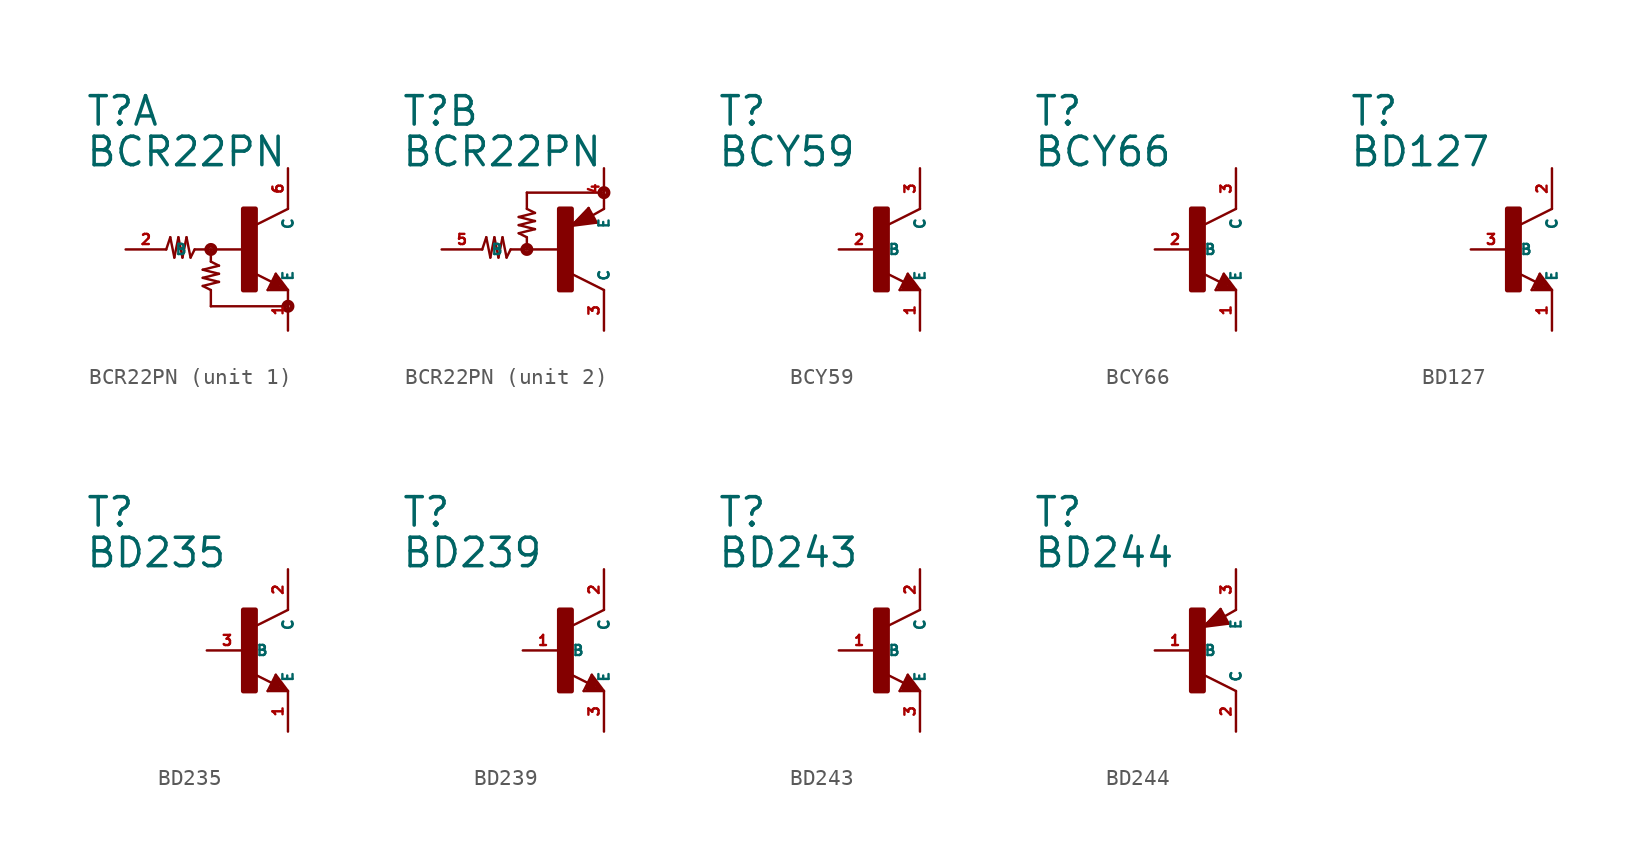
<source format=kicad_sym>
(kicad_symbol_lib
  (version 20220914)
  (generator Eagle2Kicad)
  (symbol "BCR22PN"
    (property "Reference" "T"
      (at -10.16 7.62 0)
      (effects (font (size 1.778 1.778) (thickness 0.22)) (justify left bottom)))
    (property "Value" "BCR22PN"
      (at -10.16 5.08 0)
      (effects (font (size 1.778 1.778) (thickness 0.22)) (justify left bottom)))
    (symbol "BCR22PN_1_0"
      (polyline (pts (xy 2.54 2.54) (xy 0.508 1.524)) (stroke (width 0.152) (type default)) (fill (type none)))
      (polyline (pts (xy 1.778 -1.524) (xy 2.54 -2.54)) (stroke (width 0.152) (type default)) (fill (type none)))
      (polyline (pts (xy 2.54 -2.54) (xy 1.27 -2.54)) (stroke (width 0.152) (type default)) (fill (type none)))
      (polyline (pts (xy 1.27 -2.54) (xy 1.778 -1.524)) (stroke (width 0.152) (type default)) (fill (type none)))
      (polyline (pts (xy 1.54 -2.04) (xy 0.308 -1.424)) (stroke (width 0.152) (type default)) (fill (type none)))
      (polyline (pts (xy 1.524 -2.413) (xy 2.286 -2.413)) (stroke (width 0.254) (type default)) (fill (type none)))
      (polyline (pts (xy 2.286 -2.413) (xy 1.778 -1.778)) (stroke (width 0.254) (type default)) (fill (type none)))
      (polyline (pts (xy 1.778 -1.778) (xy 1.524 -2.286)) (stroke (width 0.254) (type default)) (fill (type none)))
      (polyline (pts (xy 1.524 -2.286) (xy 1.905 -2.286)) (stroke (width 0.254) (type default)) (fill (type none)))
      (polyline (pts (xy 1.905 -2.286) (xy 1.778 -2.032)) (stroke (width 0.254) (type default)) (fill (type none)))
      (polyline (pts (xy -5.08 0) (xy -4.826 0.762)) (stroke (width 0.152) (type default)) (fill (type none)))
      (polyline (pts (xy -4.826 0.762) (xy -4.572 -0.508)) (stroke (width 0.152) (type default)) (fill (type none)))
      (polyline (pts (xy -4.572 -0.508) (xy -4.318 0.762)) (stroke (width 0.152) (type default)) (fill (type none)))
      (polyline (pts (xy -4.318 0.762) (xy -4.064 -0.508)) (stroke (width 0.152) (type default)) (fill (type none)))
      (polyline (pts (xy -4.064 -0.508) (xy -3.81 0.762)) (stroke (width 0.152) (type default)) (fill (type none)))
      (polyline (pts (xy -3.81 0.762) (xy -3.556 -0.508)) (stroke (width 0.152) (type default)) (fill (type none)))
      (polyline (pts (xy -3.556 -0.508) (xy -3.302 0)) (stroke (width 0.152) (type default)) (fill (type none)))
      (polyline (pts (xy -3.302 0) (xy -2.286 0)) (stroke (width 0.152) (type default)) (fill (type none)))
      (polyline (pts (xy -2.286 0) (xy -0.254 0)) (stroke (width 0.152) (type default)) (fill (type none)))
      (polyline (pts (xy -2.286 0) (xy -2.286 -0.762)) (stroke (width 0.152) (type default)) (fill (type none)))
      (polyline (pts (xy -2.286 -0.762) (xy -1.778 -1.016)) (stroke (width 0.152) (type default)) (fill (type none)))
      (polyline (pts (xy -1.778 -1.016) (xy -2.794 -1.27)) (stroke (width 0.152) (type default)) (fill (type none)))
      (polyline (pts (xy -2.794 -1.27) (xy -1.778 -1.524)) (stroke (width 0.152) (type default)) (fill (type none)))
      (polyline (pts (xy -1.778 -1.524) (xy -2.794 -1.778)) (stroke (width 0.152) (type default)) (fill (type none)))
      (polyline (pts (xy -2.794 -1.778) (xy -1.778 -2.032)) (stroke (width 0.152) (type default)) (fill (type none)))
      (polyline (pts (xy -1.778 -2.032) (xy -2.794 -2.286)) (stroke (width 0.152) (type default)) (fill (type none)))
      (polyline (pts (xy -2.794 -2.286) (xy -2.286 -2.54)) (stroke (width 0.152) (type default)) (fill (type none)))
      (polyline (pts (xy -2.286 -2.54) (xy -2.286 -3.556)) (stroke (width 0.152) (type default)) (fill (type none)))
      (polyline (pts (xy -2.286 -3.556) (xy 2.54 -3.556)) (stroke (width 0.152) (type default)) (fill (type none)))
      (circle (center -2.286 0) (radius 0.254) (stroke (width 0.305) (type default)) (fill (type none)))
      (circle (center 2.54 -3.556) (radius 0.254) (stroke (width 0.305) (type default)) (fill (type none)))
      (rectangle (start -0.254 -2.54) (end 0.508 2.54) (stroke (width 0.3) (type default)) (fill (type outline)))
      (pin passive line (at -7.62 0 0) (length 2.54) (name "B" (effects (font (size 0.635 0.635) (thickness 0.08)) (justify left bottom))) (number "2" (effects (font (size 0.635 0.635) (thickness 0.08)) (justify left bottom))))
      (pin passive line (at 2.54 -5.08 90) (length 2.54) (name "E" (effects (font (size 0.635 0.635) (thickness 0.08)) (justify left bottom))) (number "1" (effects (font (size 0.635 0.635) (thickness 0.08)) (justify left bottom))))
      (pin passive line (at 2.54 5.08 270) (length 2.54) (name "C" (effects (font (size 0.635 0.635) (thickness 0.08)) (justify left bottom))) (number "6" (effects (font (size 0.635 0.635) (thickness 0.08)) (justify left bottom)))))
    (symbol "BCR22PN_2_0"
      (polyline (pts (xy -5.08 0) (xy -4.826 0.762)) (stroke (width 0.152) (type default)) (fill (type none)))
      (polyline (pts (xy -4.826 0.762) (xy -4.572 -0.508)) (stroke (width 0.152) (type default)) (fill (type none)))
      (polyline (pts (xy -4.572 -0.508) (xy -4.318 0.762)) (stroke (width 0.152) (type default)) (fill (type none)))
      (polyline (pts (xy -4.318 0.762) (xy -4.064 -0.508)) (stroke (width 0.152) (type default)) (fill (type none)))
      (polyline (pts (xy -4.064 -0.508) (xy -3.81 0.762)) (stroke (width 0.152) (type default)) (fill (type none)))
      (polyline (pts (xy -3.81 0.762) (xy -3.556 -0.508)) (stroke (width 0.152) (type default)) (fill (type none)))
      (polyline (pts (xy -3.556 -0.508) (xy -3.302 0)) (stroke (width 0.152) (type default)) (fill (type none)))
      (polyline (pts (xy -3.302 0) (xy -2.286 0)) (stroke (width 0.152) (type default)) (fill (type none)))
      (polyline (pts (xy -2.286 0) (xy -0.254 0)) (stroke (width 0.152) (type default)) (fill (type none)))
      (polyline (pts (xy -2.286 0) (xy -2.286 0.762)) (stroke (width 0.152) (type default)) (fill (type none)))
      (polyline (pts (xy -2.286 0.762) (xy -2.794 1.016)) (stroke (width 0.152) (type default)) (fill (type none)))
      (polyline (pts (xy -2.794 1.016) (xy -1.778 1.27)) (stroke (width 0.152) (type default)) (fill (type none)))
      (polyline (pts (xy -1.778 1.27) (xy -2.794 1.524)) (stroke (width 0.152) (type default)) (fill (type none)))
      (polyline (pts (xy -2.794 1.524) (xy -1.778 1.778)) (stroke (width 0.152) (type default)) (fill (type none)))
      (polyline (pts (xy -1.778 1.778) (xy -2.794 2.032)) (stroke (width 0.152) (type default)) (fill (type none)))
      (polyline (pts (xy -2.794 2.032) (xy -1.778 2.286)) (stroke (width 0.152) (type default)) (fill (type none)))
      (polyline (pts (xy -1.778 2.286) (xy -2.286 2.54)) (stroke (width 0.152) (type default)) (fill (type none)))
      (polyline (pts (xy -2.286 2.54) (xy -2.286 3.556)) (stroke (width 0.152) (type default)) (fill (type none)))
      (polyline (pts (xy -2.286 3.556) (xy 2.54 3.556)) (stroke (width 0.152) (type default)) (fill (type none)))
      (polyline (pts (xy 2.086 1.678) (xy 1.578 2.594)) (stroke (width 0.152) (type default)) (fill (type none)))
      (polyline (pts (xy 1.578 2.594) (xy 0.516 1.478)) (stroke (width 0.152) (type default)) (fill (type none)))
      (polyline (pts (xy 0.516 1.478) (xy 2.086 1.678)) (stroke (width 0.152) (type default)) (fill (type none)))
      (polyline (pts (xy 2.54 2.54) (xy 1.808 2.124)) (stroke (width 0.152) (type default)) (fill (type none)))
      (polyline (pts (xy 2.54 -2.54) (xy 0.508 -1.524)) (stroke (width 0.152) (type default)) (fill (type none)))
      (polyline (pts (xy 1.905 1.778) (xy 1.524 2.413)) (stroke (width 0.254) (type default)) (fill (type none)))
      (polyline (pts (xy 1.524 2.413) (xy 0.762 1.651)) (stroke (width 0.254) (type default)) (fill (type none)))
      (polyline (pts (xy 0.762 1.651) (xy 1.778 1.778)) (stroke (width 0.254) (type default)) (fill (type none)))
      (polyline (pts (xy 1.778 1.778) (xy 1.524 2.159)) (stroke (width 0.254) (type default)) (fill (type none)))
      (polyline (pts (xy 1.524 2.159) (xy 1.143 1.905)) (stroke (width 0.254) (type default)) (fill (type none)))
      (polyline (pts (xy 1.143 1.905) (xy 1.524 1.905)) (stroke (width 0.254) (type default)) (fill (type none)))
      (circle (center -2.286 0) (radius 0.254) (stroke (width 0.305) (type default)) (fill (type none)))
      (circle (center 2.54 3.556) (radius 0.254) (stroke (width 0.305) (type default)) (fill (type none)))
      (rectangle (start -0.254 -2.54) (end 0.508 2.54) (stroke (width 0.3) (type default)) (fill (type outline)))
      (pin passive line (at -7.62 0 0) (length 2.54) (name "B" (effects (font (size 0.635 0.635) (thickness 0.08)) (justify left bottom))) (number "5" (effects (font (size 0.635 0.635) (thickness 0.08)) (justify left bottom))))
      (pin passive line (at 2.54 -5.08 90) (length 2.54) (name "C" (effects (font (size 0.635 0.635) (thickness 0.08)) (justify left bottom))) (number "3" (effects (font (size 0.635 0.635) (thickness 0.08)) (justify left bottom))))
      (pin passive line (at 2.54 5.08 270) (length 2.54) (name "E" (effects (font (size 0.635 0.635) (thickness 0.08)) (justify left bottom))) (number "4" (effects (font (size 0.635 0.635) (thickness 0.08)) (justify left bottom))))))
  (symbol "BCY59"
    (property "Reference" "T"
      (at -10.16 7.62 0)
      (effects (font (size 1.778 1.778) (thickness 0.22)) (justify left bottom)))
    (property "Value" "BCY59"
      (at -10.16 5.08 0)
      (effects (font (size 1.778 1.778) (thickness 0.22)) (justify left bottom)))
    (polyline
      (pts (xy 2.54 2.54) (xy 0.508 1.524))
      (stroke (width 0.152) (type default))
      (fill (type none)))
    (polyline
      (pts (xy 1.778 -1.524) (xy 2.54 -2.54))
      (stroke (width 0.152) (type default))
      (fill (type none)))
    (polyline
      (pts (xy 2.54 -2.54) (xy 1.27 -2.54))
      (stroke (width 0.152) (type default))
      (fill (type none)))
    (polyline
      (pts (xy 1.27 -2.54) (xy 1.778 -1.524))
      (stroke (width 0.152) (type default))
      (fill (type none)))
    (polyline
      (pts (xy 1.54 -2.04) (xy 0.308 -1.424))
      (stroke (width 0.152) (type default))
      (fill (type none)))
    (polyline
      (pts (xy 1.524 -2.413) (xy 2.286 -2.413))
      (stroke (width 0.254) (type default))
      (fill (type none)))
    (polyline
      (pts (xy 2.286 -2.413) (xy 1.778 -1.778))
      (stroke (width 0.254) (type default))
      (fill (type none)))
    (polyline
      (pts (xy 1.778 -1.778) (xy 1.524 -2.286))
      (stroke (width 0.254) (type default))
      (fill (type none)))
    (polyline
      (pts (xy 1.524 -2.286) (xy 1.905 -2.286))
      (stroke (width 0.254) (type default))
      (fill (type none)))
    (polyline
      (pts (xy 1.905 -2.286) (xy 1.778 -2.032))
      (stroke (width 0.254) (type default))
      (fill (type none)))
    (rectangle
      (start -0.254 -2.54)
      (end 0.508 2.54)
      (stroke (width 0.3) (type default))
      (fill (type outline)))
    (pin passive line
      (at -2.54 0 0)
      (length 2.54)
      (name "B" (effects (font (size 0.635 0.635) (thickness 0.08)) (justify left bottom)))
      (number "2" (effects (font (size 0.635 0.635) (thickness 0.08)) (justify left bottom))))
    (pin passive line
      (at 2.54 -5.08 90)
      (length 2.54)
      (name "E" (effects (font (size 0.635 0.635) (thickness 0.08)) (justify left bottom)))
      (number "1" (effects (font (size 0.635 0.635) (thickness 0.08)) (justify left bottom))))
    (pin passive line
      (at 2.54 5.08 270)
      (length 2.54)
      (name "C" (effects (font (size 0.635 0.635) (thickness 0.08)) (justify left bottom)))
      (number "3" (effects (font (size 0.635 0.635) (thickness 0.08)) (justify left bottom)))))
  (symbol "BCY66"
    (property "Reference" "T"
      (at -10.16 7.62 0)
      (effects (font (size 1.778 1.778) (thickness 0.22)) (justify left bottom)))
    (property "Value" "BCY66"
      (at -10.16 5.08 0)
      (effects (font (size 1.778 1.778) (thickness 0.22)) (justify left bottom)))
    (polyline
      (pts (xy 2.54 2.54) (xy 0.508 1.524))
      (stroke (width 0.152) (type default))
      (fill (type none)))
    (polyline
      (pts (xy 1.778 -1.524) (xy 2.54 -2.54))
      (stroke (width 0.152) (type default))
      (fill (type none)))
    (polyline
      (pts (xy 2.54 -2.54) (xy 1.27 -2.54))
      (stroke (width 0.152) (type default))
      (fill (type none)))
    (polyline
      (pts (xy 1.27 -2.54) (xy 1.778 -1.524))
      (stroke (width 0.152) (type default))
      (fill (type none)))
    (polyline
      (pts (xy 1.54 -2.04) (xy 0.308 -1.424))
      (stroke (width 0.152) (type default))
      (fill (type none)))
    (polyline
      (pts (xy 1.524 -2.413) (xy 2.286 -2.413))
      (stroke (width 0.254) (type default))
      (fill (type none)))
    (polyline
      (pts (xy 2.286 -2.413) (xy 1.778 -1.778))
      (stroke (width 0.254) (type default))
      (fill (type none)))
    (polyline
      (pts (xy 1.778 -1.778) (xy 1.524 -2.286))
      (stroke (width 0.254) (type default))
      (fill (type none)))
    (polyline
      (pts (xy 1.524 -2.286) (xy 1.905 -2.286))
      (stroke (width 0.254) (type default))
      (fill (type none)))
    (polyline
      (pts (xy 1.905 -2.286) (xy 1.778 -2.032))
      (stroke (width 0.254) (type default))
      (fill (type none)))
    (rectangle
      (start -0.254 -2.54)
      (end 0.508 2.54)
      (stroke (width 0.3) (type default))
      (fill (type outline)))
    (pin passive line
      (at -2.54 0 0)
      (length 2.54)
      (name "B" (effects (font (size 0.635 0.635) (thickness 0.08)) (justify left bottom)))
      (number "2" (effects (font (size 0.635 0.635) (thickness 0.08)) (justify left bottom))))
    (pin passive line
      (at 2.54 -5.08 90)
      (length 2.54)
      (name "E" (effects (font (size 0.635 0.635) (thickness 0.08)) (justify left bottom)))
      (number "1" (effects (font (size 0.635 0.635) (thickness 0.08)) (justify left bottom))))
    (pin passive line
      (at 2.54 5.08 270)
      (length 2.54)
      (name "C" (effects (font (size 0.635 0.635) (thickness 0.08)) (justify left bottom)))
      (number "3" (effects (font (size 0.635 0.635) (thickness 0.08)) (justify left bottom)))))
  (symbol "BD127"
    (property "Reference" "T"
      (at -10.16 7.62 0)
      (effects (font (size 1.778 1.778) (thickness 0.22)) (justify left bottom)))
    (property "Value" "BD127"
      (at -10.16 5.08 0)
      (effects (font (size 1.778 1.778) (thickness 0.22)) (justify left bottom)))
    (polyline
      (pts (xy 2.54 2.54) (xy 0.508 1.524))
      (stroke (width 0.152) (type default))
      (fill (type none)))
    (polyline
      (pts (xy 1.778 -1.524) (xy 2.54 -2.54))
      (stroke (width 0.152) (type default))
      (fill (type none)))
    (polyline
      (pts (xy 2.54 -2.54) (xy 1.27 -2.54))
      (stroke (width 0.152) (type default))
      (fill (type none)))
    (polyline
      (pts (xy 1.27 -2.54) (xy 1.778 -1.524))
      (stroke (width 0.152) (type default))
      (fill (type none)))
    (polyline
      (pts (xy 1.54 -2.04) (xy 0.308 -1.424))
      (stroke (width 0.152) (type default))
      (fill (type none)))
    (polyline
      (pts (xy 1.524 -2.413) (xy 2.286 -2.413))
      (stroke (width 0.254) (type default))
      (fill (type none)))
    (polyline
      (pts (xy 2.286 -2.413) (xy 1.778 -1.778))
      (stroke (width 0.254) (type default))
      (fill (type none)))
    (polyline
      (pts (xy 1.778 -1.778) (xy 1.524 -2.286))
      (stroke (width 0.254) (type default))
      (fill (type none)))
    (polyline
      (pts (xy 1.524 -2.286) (xy 1.905 -2.286))
      (stroke (width 0.254) (type default))
      (fill (type none)))
    (polyline
      (pts (xy 1.905 -2.286) (xy 1.778 -2.032))
      (stroke (width 0.254) (type default))
      (fill (type none)))
    (rectangle
      (start -0.254 -2.54)
      (end 0.508 2.54)
      (stroke (width 0.3) (type default))
      (fill (type outline)))
    (pin passive line
      (at -2.54 0 0)
      (length 2.54)
      (name "B" (effects (font (size 0.635 0.635) (thickness 0.08)) (justify left bottom)))
      (number "3" (effects (font (size 0.635 0.635) (thickness 0.08)) (justify left bottom))))
    (pin passive line
      (at 2.54 -5.08 90)
      (length 2.54)
      (name "E" (effects (font (size 0.635 0.635) (thickness 0.08)) (justify left bottom)))
      (number "1" (effects (font (size 0.635 0.635) (thickness 0.08)) (justify left bottom))))
    (pin passive line
      (at 2.54 5.08 270)
      (length 2.54)
      (name "C" (effects (font (size 0.635 0.635) (thickness 0.08)) (justify left bottom)))
      (number "2" (effects (font (size 0.635 0.635) (thickness 0.08)) (justify left bottom)))))
  (symbol "BD235"
    (property "Reference" "T"
      (at -10.16 7.62 0)
      (effects (font (size 1.778 1.778) (thickness 0.22)) (justify left bottom)))
    (property "Value" "BD235"
      (at -10.16 5.08 0)
      (effects (font (size 1.778 1.778) (thickness 0.22)) (justify left bottom)))
    (polyline
      (pts (xy 2.54 2.54) (xy 0.508 1.524))
      (stroke (width 0.152) (type default))
      (fill (type none)))
    (polyline
      (pts (xy 1.778 -1.524) (xy 2.54 -2.54))
      (stroke (width 0.152) (type default))
      (fill (type none)))
    (polyline
      (pts (xy 2.54 -2.54) (xy 1.27 -2.54))
      (stroke (width 0.152) (type default))
      (fill (type none)))
    (polyline
      (pts (xy 1.27 -2.54) (xy 1.778 -1.524))
      (stroke (width 0.152) (type default))
      (fill (type none)))
    (polyline
      (pts (xy 1.54 -2.04) (xy 0.308 -1.424))
      (stroke (width 0.152) (type default))
      (fill (type none)))
    (polyline
      (pts (xy 1.524 -2.413) (xy 2.286 -2.413))
      (stroke (width 0.254) (type default))
      (fill (type none)))
    (polyline
      (pts (xy 2.286 -2.413) (xy 1.778 -1.778))
      (stroke (width 0.254) (type default))
      (fill (type none)))
    (polyline
      (pts (xy 1.778 -1.778) (xy 1.524 -2.286))
      (stroke (width 0.254) (type default))
      (fill (type none)))
    (polyline
      (pts (xy 1.524 -2.286) (xy 1.905 -2.286))
      (stroke (width 0.254) (type default))
      (fill (type none)))
    (polyline
      (pts (xy 1.905 -2.286) (xy 1.778 -2.032))
      (stroke (width 0.254) (type default))
      (fill (type none)))
    (rectangle
      (start -0.254 -2.54)
      (end 0.508 2.54)
      (stroke (width 0.3) (type default))
      (fill (type outline)))
    (pin passive line
      (at -2.54 0 0)
      (length 2.54)
      (name "B" (effects (font (size 0.635 0.635) (thickness 0.08)) (justify left bottom)))
      (number "3" (effects (font (size 0.635 0.635) (thickness 0.08)) (justify left bottom))))
    (pin passive line
      (at 2.54 -5.08 90)
      (length 2.54)
      (name "E" (effects (font (size 0.635 0.635) (thickness 0.08)) (justify left bottom)))
      (number "1" (effects (font (size 0.635 0.635) (thickness 0.08)) (justify left bottom))))
    (pin passive line
      (at 2.54 5.08 270)
      (length 2.54)
      (name "C" (effects (font (size 0.635 0.635) (thickness 0.08)) (justify left bottom)))
      (number "2" (effects (font (size 0.635 0.635) (thickness 0.08)) (justify left bottom)))))
  (symbol "BD239"
    (property "Reference" "T"
      (at -10.16 7.62 0)
      (effects (font (size 1.778 1.778) (thickness 0.22)) (justify left bottom)))
    (property "Value" "BD239"
      (at -10.16 5.08 0)
      (effects (font (size 1.778 1.778) (thickness 0.22)) (justify left bottom)))
    (polyline
      (pts (xy 2.54 2.54) (xy 0.508 1.524))
      (stroke (width 0.152) (type default))
      (fill (type none)))
    (polyline
      (pts (xy 1.778 -1.524) (xy 2.54 -2.54))
      (stroke (width 0.152) (type default))
      (fill (type none)))
    (polyline
      (pts (xy 2.54 -2.54) (xy 1.27 -2.54))
      (stroke (width 0.152) (type default))
      (fill (type none)))
    (polyline
      (pts (xy 1.27 -2.54) (xy 1.778 -1.524))
      (stroke (width 0.152) (type default))
      (fill (type none)))
    (polyline
      (pts (xy 1.54 -2.04) (xy 0.308 -1.424))
      (stroke (width 0.152) (type default))
      (fill (type none)))
    (polyline
      (pts (xy 1.524 -2.413) (xy 2.286 -2.413))
      (stroke (width 0.254) (type default))
      (fill (type none)))
    (polyline
      (pts (xy 2.286 -2.413) (xy 1.778 -1.778))
      (stroke (width 0.254) (type default))
      (fill (type none)))
    (polyline
      (pts (xy 1.778 -1.778) (xy 1.524 -2.286))
      (stroke (width 0.254) (type default))
      (fill (type none)))
    (polyline
      (pts (xy 1.524 -2.286) (xy 1.905 -2.286))
      (stroke (width 0.254) (type default))
      (fill (type none)))
    (polyline
      (pts (xy 1.905 -2.286) (xy 1.778 -2.032))
      (stroke (width 0.254) (type default))
      (fill (type none)))
    (rectangle
      (start -0.254 -2.54)
      (end 0.508 2.54)
      (stroke (width 0.3) (type default))
      (fill (type outline)))
    (pin passive line
      (at -2.54 0 0)
      (length 2.54)
      (name "B" (effects (font (size 0.635 0.635) (thickness 0.08)) (justify left bottom)))
      (number "1" (effects (font (size 0.635 0.635) (thickness 0.08)) (justify left bottom))))
    (pin passive line
      (at 2.54 -5.08 90)
      (length 2.54)
      (name "E" (effects (font (size 0.635 0.635) (thickness 0.08)) (justify left bottom)))
      (number "3" (effects (font (size 0.635 0.635) (thickness 0.08)) (justify left bottom))))
    (pin passive line
      (at 2.54 5.08 270)
      (length 2.54)
      (name "C" (effects (font (size 0.635 0.635) (thickness 0.08)) (justify left bottom)))
      (number "2" (effects (font (size 0.635 0.635) (thickness 0.08)) (justify left bottom)))))
  (symbol "BD243"
    (property "Reference" "T"
      (at -10.16 7.62 0)
      (effects (font (size 1.778 1.778) (thickness 0.22)) (justify left bottom)))
    (property "Value" "BD243"
      (at -10.16 5.08 0)
      (effects (font (size 1.778 1.778) (thickness 0.22)) (justify left bottom)))
    (polyline
      (pts (xy 2.54 2.54) (xy 0.508 1.524))
      (stroke (width 0.152) (type default))
      (fill (type none)))
    (polyline
      (pts (xy 1.778 -1.524) (xy 2.54 -2.54))
      (stroke (width 0.152) (type default))
      (fill (type none)))
    (polyline
      (pts (xy 2.54 -2.54) (xy 1.27 -2.54))
      (stroke (width 0.152) (type default))
      (fill (type none)))
    (polyline
      (pts (xy 1.27 -2.54) (xy 1.778 -1.524))
      (stroke (width 0.152) (type default))
      (fill (type none)))
    (polyline
      (pts (xy 1.54 -2.04) (xy 0.308 -1.424))
      (stroke (width 0.152) (type default))
      (fill (type none)))
    (polyline
      (pts (xy 1.524 -2.413) (xy 2.286 -2.413))
      (stroke (width 0.254) (type default))
      (fill (type none)))
    (polyline
      (pts (xy 2.286 -2.413) (xy 1.778 -1.778))
      (stroke (width 0.254) (type default))
      (fill (type none)))
    (polyline
      (pts (xy 1.778 -1.778) (xy 1.524 -2.286))
      (stroke (width 0.254) (type default))
      (fill (type none)))
    (polyline
      (pts (xy 1.524 -2.286) (xy 1.905 -2.286))
      (stroke (width 0.254) (type default))
      (fill (type none)))
    (polyline
      (pts (xy 1.905 -2.286) (xy 1.778 -2.032))
      (stroke (width 0.254) (type default))
      (fill (type none)))
    (rectangle
      (start -0.254 -2.54)
      (end 0.508 2.54)
      (stroke (width 0.3) (type default))
      (fill (type outline)))
    (pin passive line
      (at -2.54 0 0)
      (length 2.54)
      (name "B" (effects (font (size 0.635 0.635) (thickness 0.08)) (justify left bottom)))
      (number "1" (effects (font (size 0.635 0.635) (thickness 0.08)) (justify left bottom))))
    (pin passive line
      (at 2.54 -5.08 90)
      (length 2.54)
      (name "E" (effects (font (size 0.635 0.635) (thickness 0.08)) (justify left bottom)))
      (number "3" (effects (font (size 0.635 0.635) (thickness 0.08)) (justify left bottom))))
    (pin passive line
      (at 2.54 5.08 270)
      (length 2.54)
      (name "C" (effects (font (size 0.635 0.635) (thickness 0.08)) (justify left bottom)))
      (number "2" (effects (font (size 0.635 0.635) (thickness 0.08)) (justify left bottom)))))
  (symbol "BD244"
    (property "Reference" "T"
      (at -10.16 7.62 0)
      (effects (font (size 1.778 1.778) (thickness 0.22)) (justify left bottom)))
    (property "Value" "BD244"
      (at -10.16 5.08 0)
      (effects (font (size 1.778 1.778) (thickness 0.22)) (justify left bottom)))
    (polyline
      (pts (xy 2.086 1.678) (xy 1.578 2.594))
      (stroke (width 0.152) (type default))
      (fill (type none)))
    (polyline
      (pts (xy 1.578 2.594) (xy 0.516 1.478))
      (stroke (width 0.152) (type default))
      (fill (type none)))
    (polyline
      (pts (xy 0.516 1.478) (xy 2.086 1.678))
      (stroke (width 0.152) (type default))
      (fill (type none)))
    (polyline
      (pts (xy 2.54 2.54) (xy 1.808 2.124))
      (stroke (width 0.152) (type default))
      (fill (type none)))
    (polyline
      (pts (xy 2.54 -2.54) (xy 0.508 -1.524))
      (stroke (width 0.152) (type default))
      (fill (type none)))
    (polyline
      (pts (xy 1.905 1.778) (xy 1.524 2.413))
      (stroke (width 0.254) (type default))
      (fill (type none)))
    (polyline
      (pts (xy 1.524 2.413) (xy 0.762 1.651))
      (stroke (width 0.254) (type default))
      (fill (type none)))
    (polyline
      (pts (xy 0.762 1.651) (xy 1.778 1.778))
      (stroke (width 0.254) (type default))
      (fill (type none)))
    (polyline
      (pts (xy 1.778 1.778) (xy 1.524 2.159))
      (stroke (width 0.254) (type default))
      (fill (type none)))
    (polyline
      (pts (xy 1.524 2.159) (xy 1.143 1.905))
      (stroke (width 0.254) (type default))
      (fill (type none)))
    (polyline
      (pts (xy 1.143 1.905) (xy 1.524 1.905))
      (stroke (width 0.254) (type default))
      (fill (type none)))
    (rectangle
      (start -0.254 -2.54)
      (end 0.508 2.54)
      (stroke (width 0.3) (type default))
      (fill (type outline)))
    (pin passive line
      (at -2.54 0 0)
      (length 2.54)
      (name "B" (effects (font (size 0.635 0.635) (thickness 0.08)) (justify left bottom)))
      (number "1" (effects (font (size 0.635 0.635) (thickness 0.08)) (justify left bottom))))
    (pin passive line
      (at 2.54 5.08 270)
      (length 2.54)
      (name "E" (effects (font (size 0.635 0.635) (thickness 0.08)) (justify left bottom)))
      (number "3" (effects (font (size 0.635 0.635) (thickness 0.08)) (justify left bottom))))
    (pin passive line
      (at 2.54 -5.08 90)
      (length 2.54)
      (name "C" (effects (font (size 0.635 0.635) (thickness 0.08)) (justify left bottom)))
      (number "2" (effects (font (size 0.635 0.635) (thickness 0.08)) (justify left bottom))))))
</source>
